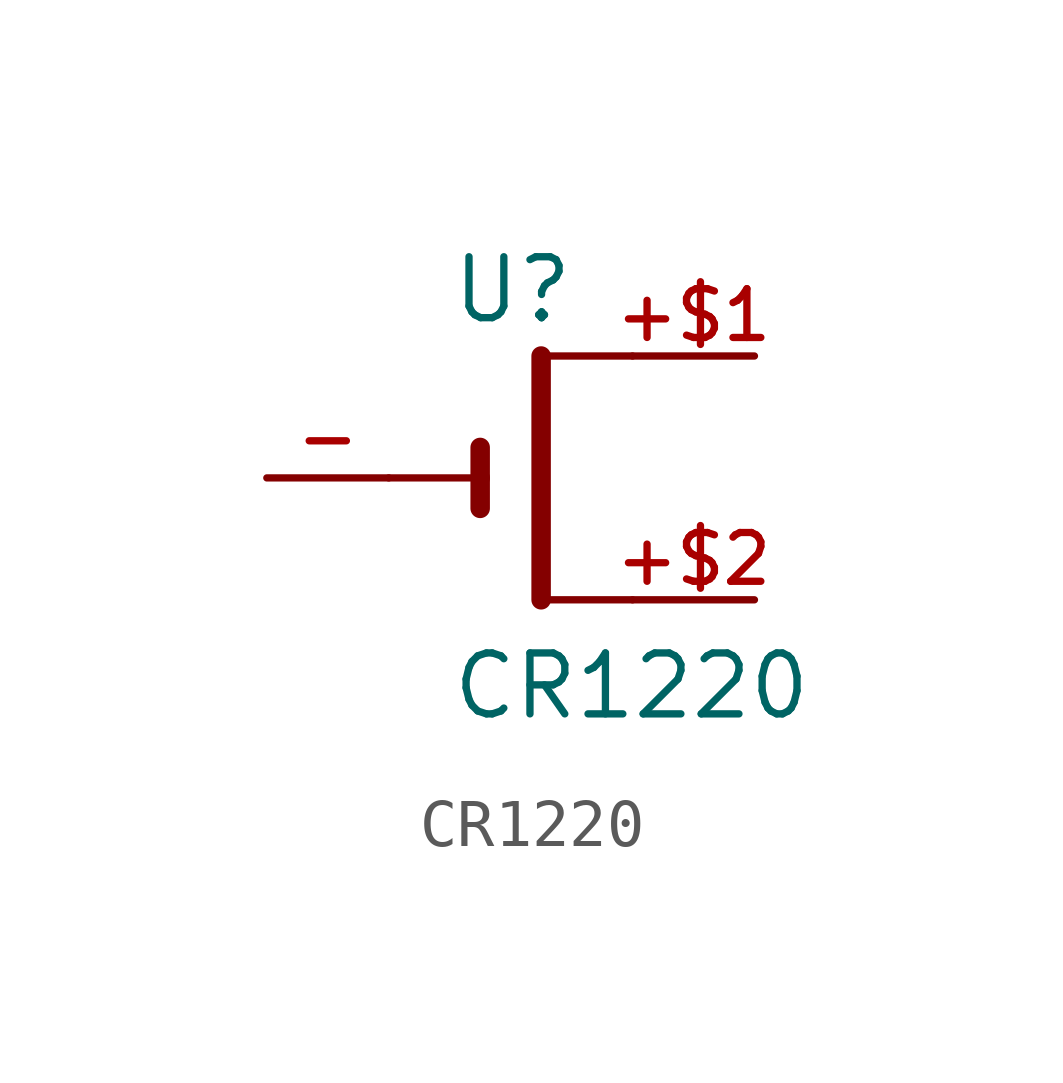
<source format=kicad_sym>
(kicad_symbol_lib
  (version 20211014)
  (generator kicad_symbol_editor)
  (symbol "CR1220"
    (pin_names
      (offset 1.016))
    (property "Reference" "U"
      (at -1.27 3.175 0)
      (effects (font (size 1.27 1.27)) (justify bottom left)))
    (property "Value" "CR1220"
      (at -1.27 -5.08 0)
      (effects (font (size 1.27 1.27)) (justify bottom left)))
    (symbol "CR1220_0_0"
      (polyline (pts (xy -0.635 0.635) (xy -0.635 0.0)) (stroke (width 0.406)))
      (polyline (pts (xy -2.54 0.0) (xy -0.635 0.0)) (stroke (width 0.152)))
      (polyline (pts (xy -0.635 0.0) (xy -0.635 -0.635)) (stroke (width 0.406)))
      (polyline (pts (xy 0.635 2.54) (xy 2.54 2.54)) (stroke (width 0.152)))
      (polyline (pts (xy 0.635 2.54) (xy 0.635 -2.54)) (stroke (width 0.406)))
      (polyline (pts (xy 0.635 -2.54) (xy 2.54 -2.54)) (stroke (width 0.152)))
      (pin passive line (at 5.08 2.54 180.0) (length 2.54) (name "~" (effects (font (size 1.016 1.016)))) (number "+$1" (effects (font (size 1.016 1.016)))))
      (pin passive line (at -5.08 0.0 0) (length 2.54) (name "~" (effects (font (size 1.016 1.016)))) (number "-" (effects (font (size 1.016 1.016)))))
      (pin passive line (at 5.08 -2.54 180.0) (length 2.54) (name "~" (effects (font (size 1.016 1.016)))) (number "+$2" (effects (font (size 1.016 1.016))))))))
</source>
